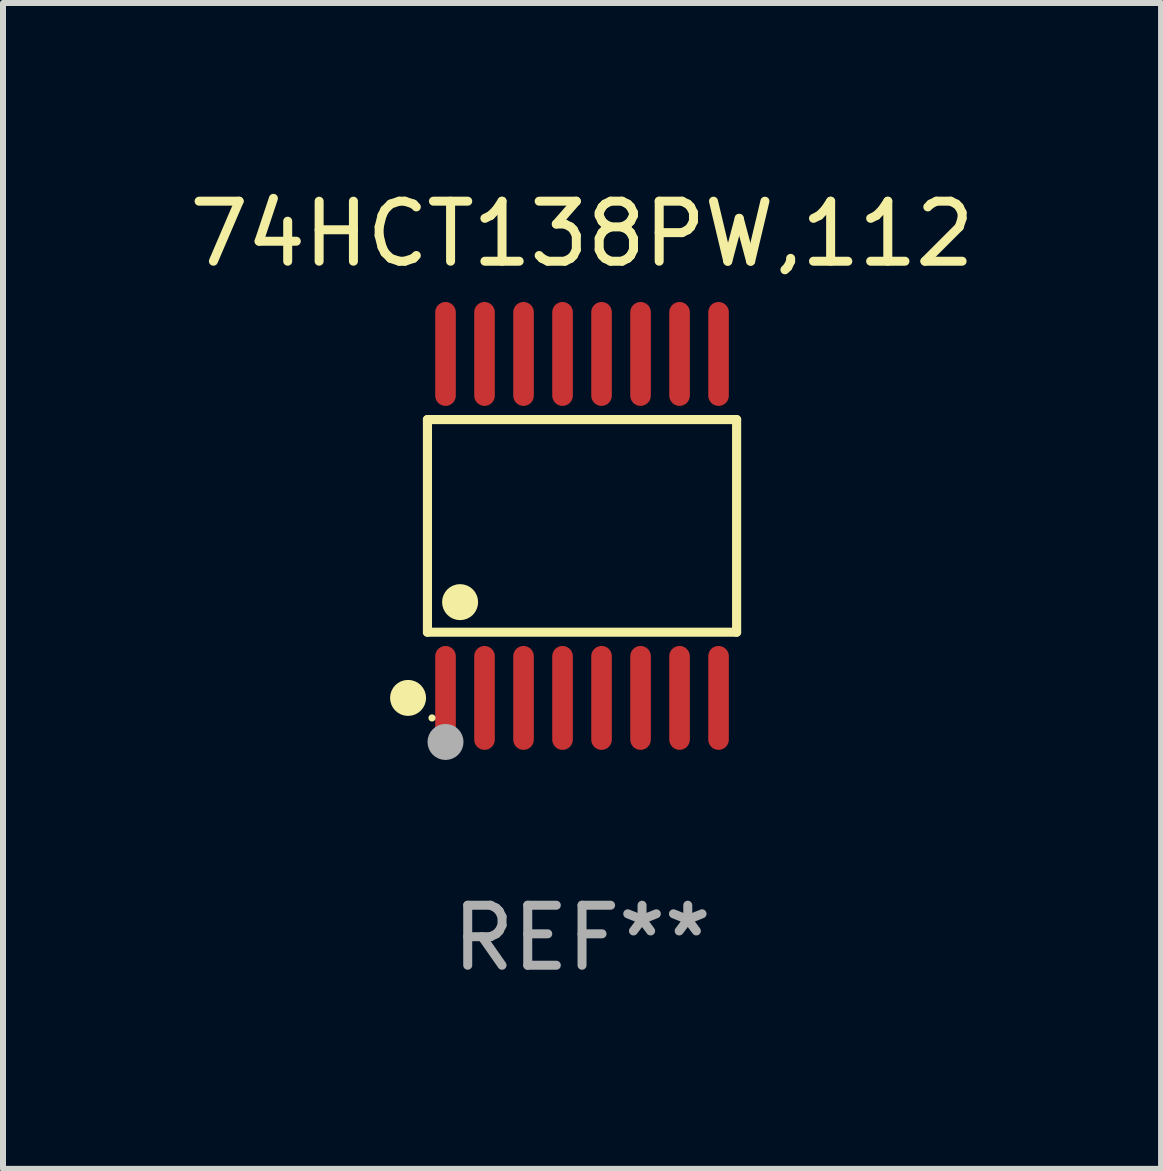
<source format=kicad_pcb>
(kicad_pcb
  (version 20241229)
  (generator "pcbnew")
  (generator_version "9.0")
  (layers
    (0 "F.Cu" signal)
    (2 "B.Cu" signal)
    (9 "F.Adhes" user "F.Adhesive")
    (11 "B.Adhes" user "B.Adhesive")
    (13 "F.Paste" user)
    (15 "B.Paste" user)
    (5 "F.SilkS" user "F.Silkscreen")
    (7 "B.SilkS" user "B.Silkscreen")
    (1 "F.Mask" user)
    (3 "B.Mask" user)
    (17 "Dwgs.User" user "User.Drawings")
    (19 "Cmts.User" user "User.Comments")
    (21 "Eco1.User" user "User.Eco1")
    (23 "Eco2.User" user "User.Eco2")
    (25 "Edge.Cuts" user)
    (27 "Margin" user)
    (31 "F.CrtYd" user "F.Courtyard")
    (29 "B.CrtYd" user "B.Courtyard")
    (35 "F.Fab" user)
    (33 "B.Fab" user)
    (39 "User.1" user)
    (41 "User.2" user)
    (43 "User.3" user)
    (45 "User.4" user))
  (footprint "74HCT138PW,112"
    (layer "F.Cu")
    (at 6.649 5.714)
    (property "Reference" "74HCT138PW,112" (at 0 -4.866 0) (layer "F.SilkS") (effects (font (size 1 1) (thickness 0.15))))
    (attr through_hole)
    (fp_line (start -2.576 -1.772) (end 2.576 -1.772) (stroke (width 0.152) (type solid)) (layer "F.SilkS"))
    (fp_line (start -2.576 1.771) (end -2.576 -1.772) (stroke (width 0.152) (type solid)) (layer "F.SilkS"))
    (fp_line (start 2.576 -1.772) (end 2.576 1.771) (stroke (width 0.152) (type solid)) (layer "F.SilkS"))
    (fp_line (start 2.576 1.771) (end -2.576 1.771) (stroke (width 0.152) (type solid)) (layer "F.SilkS"))
    (fp_circle (center -2.899 2.866) (end -2.749 2.866) (stroke (width 0.3) (type solid)) (fill no) (layer "F.SilkS"))
    (fp_circle (center -2.5 3.2) (end -2.47 3.2) (stroke (width 0.06) (type solid)) (fill no) (layer "F.SilkS"))
    (fp_circle (center -2.032 1.27) (end -1.882 1.27) (stroke (width 0.3) (type solid)) (fill no) (layer "F.SilkS"))
    (fp_circle (center -2.275 3.6) (end -2.125 3.6) (stroke (width 0.3) (type solid)) (fill no) (layer "F.Fab"))
    (fp_text user "REF**" (at 0 6.866 0) (layer "F.Fab") (effects (font (size 1 1) (thickness 0.15))))
    (pad "1" smd oval (at -2.275 2.866) (size 0.343 1.731) (layers "F.Cu" "F.Mask" "F.Paste"))
    (pad "2" smd oval (at -1.625 2.866) (size 0.343 1.731) (layers "F.Cu" "F.Mask" "F.Paste"))
    (pad "3" smd oval (at -0.975 2.866) (size 0.343 1.731) (layers "F.Cu" "F.Mask" "F.Paste"))
    (pad "4" smd oval (at -0.325 2.866) (size 0.343 1.731) (layers "F.Cu" "F.Mask" "F.Paste"))
    (pad "5" smd oval (at 0.325 2.866) (size 0.343 1.731) (layers "F.Cu" "F.Mask" "F.Paste"))
    (pad "6" smd oval (at 0.975 2.866) (size 0.343 1.731) (layers "F.Cu" "F.Mask" "F.Paste"))
    (pad "7" smd oval (at 1.625 2.866) (size 0.343 1.731) (layers "F.Cu" "F.Mask" "F.Paste"))
    (pad "8" smd oval (at 2.275 2.866) (size 0.343 1.731) (layers "F.Cu" "F.Mask" "F.Paste"))
    (pad "9" smd oval (at 2.275 -2.866) (size 0.343 1.731) (layers "F.Cu" "F.Mask" "F.Paste"))
    (pad "10" smd oval (at 1.625 -2.866) (size 0.343 1.731) (layers "F.Cu" "F.Mask" "F.Paste"))
    (pad "11" smd oval (at 0.975 -2.866) (size 0.343 1.731) (layers "F.Cu" "F.Mask" "F.Paste"))
    (pad "12" smd oval (at 0.325 -2.866) (size 0.343 1.731) (layers "F.Cu" "F.Mask" "F.Paste"))
    (pad "13" smd oval (at -0.325 -2.866) (size 0.343 1.731) (layers "F.Cu" "F.Mask" "F.Paste"))
    (pad "14" smd oval (at -0.975 -2.866) (size 0.343 1.731) (layers "F.Cu" "F.Mask" "F.Paste"))
    (pad "15" smd oval (at -1.625 -2.866) (size 0.343 1.731) (layers "F.Cu" "F.Mask" "F.Paste"))
    (pad "16" smd oval (at -2.275 -2.866) (size 0.343 1.731) (layers "F.Cu" "F.Mask" "F.Paste")))
  (gr_rect
    (start -3 -3)
    (end 16.298 16.428)
    (stroke (width 0.1) (type default))
    (fill no)
    (layer "Edge.Cuts")))
</source>
